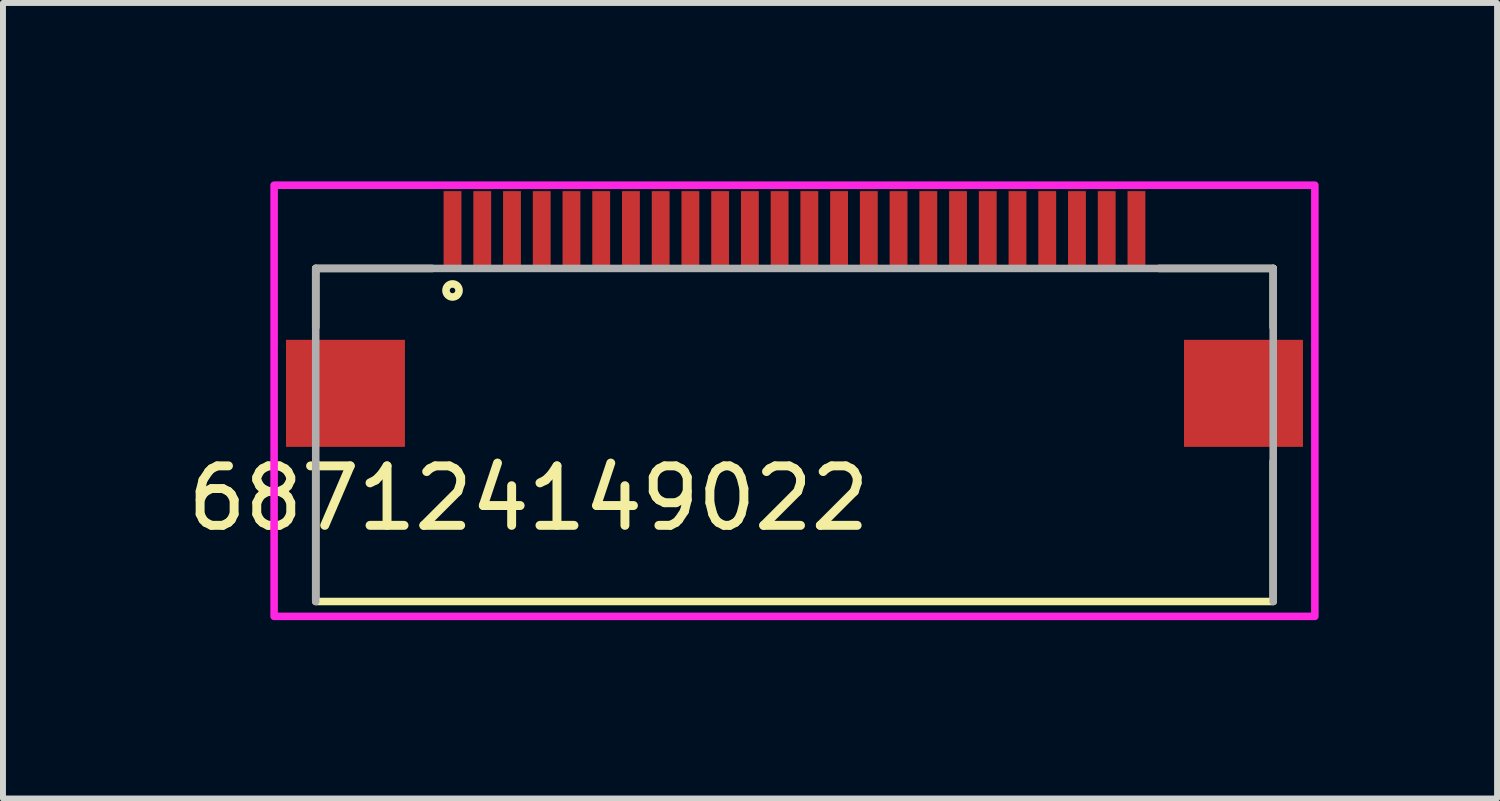
<source format=kicad_pcb>
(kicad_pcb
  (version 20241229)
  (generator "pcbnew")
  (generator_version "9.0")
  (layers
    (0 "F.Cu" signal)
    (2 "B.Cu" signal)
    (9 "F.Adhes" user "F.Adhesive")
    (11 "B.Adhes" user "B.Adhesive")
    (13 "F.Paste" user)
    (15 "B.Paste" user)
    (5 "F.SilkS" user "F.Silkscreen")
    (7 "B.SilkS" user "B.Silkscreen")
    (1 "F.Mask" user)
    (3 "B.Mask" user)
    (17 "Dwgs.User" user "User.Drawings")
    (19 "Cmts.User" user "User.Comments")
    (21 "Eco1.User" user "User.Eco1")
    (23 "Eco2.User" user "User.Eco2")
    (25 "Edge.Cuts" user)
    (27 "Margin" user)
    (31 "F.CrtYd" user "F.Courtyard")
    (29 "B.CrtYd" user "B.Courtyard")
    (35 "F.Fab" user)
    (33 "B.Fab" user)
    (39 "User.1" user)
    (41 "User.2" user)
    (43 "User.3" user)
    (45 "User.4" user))
  (footprint "687124149022"
    (layer "F.Cu")
    (at 10.309 0.814)
    (property "Reference" "687124149022" (at -4.47 4.515 0) (layer "F.SilkS") (effects (font (size 1 1) (thickness 0.15))))
    (attr smd)
    (fp_line (start -8.05 0.65) (end -8.05 1.64) (stroke (width 0.127) (type solid)) (layer "F.SilkS"))
    (fp_line (start -8.05 3.91) (end -8.05 6.23) (stroke (width 0.127) (type solid)) (layer "F.SilkS"))
    (fp_line (start -6.09 0.65) (end -8.05 0.65) (stroke (width 0.127) (type solid)) (layer "F.SilkS"))
    (fp_line (start 6.13 0.65) (end 8.05 0.65) (stroke (width 0.127) (type solid)) (layer "F.SilkS"))
    (fp_line (start 8.05 0.65) (end 8.05 1.64) (stroke (width 0.127) (type solid)) (layer "F.SilkS"))
    (fp_line (start 8.05 3.89) (end 8.05 6.21) (stroke (width 0.127) (type solid)) (layer "F.SilkS"))
    (fp_line (start 8.05 6.25) (end -8.05 6.25) (stroke (width 0.127) (type solid)) (layer "F.SilkS"))
    (fp_circle (center -5.75 1.02) (end -5.64 1.02) (stroke (width 0.127) (type solid)) (fill no) (layer "F.SilkS"))
    (fp_poly (pts (xy -8.75 -0.75) (xy 8.75 -0.75) (xy 8.75 6.5) (xy -8.75 6.5)) (stroke (width 0.127) (type solid)) (fill no) (layer "F.CrtYd"))
    (fp_line (start -8.05 0.65) (end 8.05 0.65) (stroke (width 0.127) (type solid)) (layer "F.Fab"))
    (fp_line (start -8.05 6.25) (end -8.05 0.65) (stroke (width 0.127) (type solid)) (layer "F.Fab"))
    (fp_line (start 8.05 0.65) (end 8.05 6.25) (stroke (width 0.127) (type solid)) (layer "F.Fab"))
    (pad "1" smd rect (at -5.75 0) (size 0.3 1.3) (layers "F.Cu" "F.Mask" "F.Paste"))
    (pad "2" smd rect (at -5.25 0) (size 0.3 1.3) (layers "F.Cu" "F.Mask" "F.Paste"))
    (pad "3" smd rect (at -4.75 0) (size 0.3 1.3) (layers "F.Cu" "F.Mask" "F.Paste"))
    (pad "4" smd rect (at -4.25 0) (size 0.3 1.3) (layers "F.Cu" "F.Mask" "F.Paste"))
    (pad "5" smd rect (at -3.75 0) (size 0.3 1.3) (layers "F.Cu" "F.Mask" "F.Paste"))
    (pad "6" smd rect (at -3.25 0) (size 0.3 1.3) (layers "F.Cu" "F.Mask" "F.Paste"))
    (pad "7" smd rect (at -2.75 0) (size 0.3 1.3) (layers "F.Cu" "F.Mask" "F.Paste"))
    (pad "8" smd rect (at -2.25 0) (size 0.3 1.3) (layers "F.Cu" "F.Mask" "F.Paste"))
    (pad "9" smd rect (at -1.75 0) (size 0.3 1.3) (layers "F.Cu" "F.Mask" "F.Paste"))
    (pad "10" smd rect (at -1.25 0) (size 0.3 1.3) (layers "F.Cu" "F.Mask" "F.Paste"))
    (pad "11" smd rect (at -0.75 0) (size 0.3 1.3) (layers "F.Cu" "F.Mask" "F.Paste"))
    (pad "12" smd rect (at -0.25 0) (size 0.3 1.3) (layers "F.Cu" "F.Mask" "F.Paste"))
    (pad "13" smd rect (at 0.25 0) (size 0.3 1.3) (layers "F.Cu" "F.Mask" "F.Paste"))
    (pad "14" smd rect (at 0.75 0) (size 0.3 1.3) (layers "F.Cu" "F.Mask" "F.Paste"))
    (pad "15" smd rect (at 1.25 0) (size 0.3 1.3) (layers "F.Cu" "F.Mask" "F.Paste"))
    (pad "16" smd rect (at 1.75 0) (size 0.3 1.3) (layers "F.Cu" "F.Mask" "F.Paste"))
    (pad "17" smd rect (at 2.25 0) (size 0.3 1.3) (layers "F.Cu" "F.Mask" "F.Paste"))
    (pad "18" smd rect (at 2.75 0) (size 0.3 1.3) (layers "F.Cu" "F.Mask" "F.Paste"))
    (pad "19" smd rect (at 3.25 0) (size 0.3 1.3) (layers "F.Cu" "F.Mask" "F.Paste"))
    (pad "20" smd rect (at 3.75 0) (size 0.3 1.3) (layers "F.Cu" "F.Mask" "F.Paste"))
    (pad "21" smd rect (at 4.25 0) (size 0.3 1.3) (layers "F.Cu" "F.Mask" "F.Paste"))
    (pad "22" smd rect (at 4.75 0) (size 0.3 1.3) (layers "F.Cu" "F.Mask" "F.Paste"))
    (pad "23" smd rect (at 5.25 0) (size 0.3 1.3) (layers "F.Cu" "F.Mask" "F.Paste"))
    (pad "24" smd rect (at 5.75 0) (size 0.3 1.3) (layers "F.Cu" "F.Mask" "F.Paste"))
    (pad "Z1" smd rect (at -7.55 2.75) (size 2 1.8) (layers "F.Cu" "F.Mask" "F.Paste"))
    (pad "Z2" smd rect (at 7.55 2.75) (size 2 1.8) (layers "F.Cu" "F.Mask" "F.Paste")))
  (gr_rect
    (start -3 -3)
    (end 22.123 10.377)
    (stroke (width 0.1) (type default))
    (fill no)
    (layer "Edge.Cuts")))
</source>
